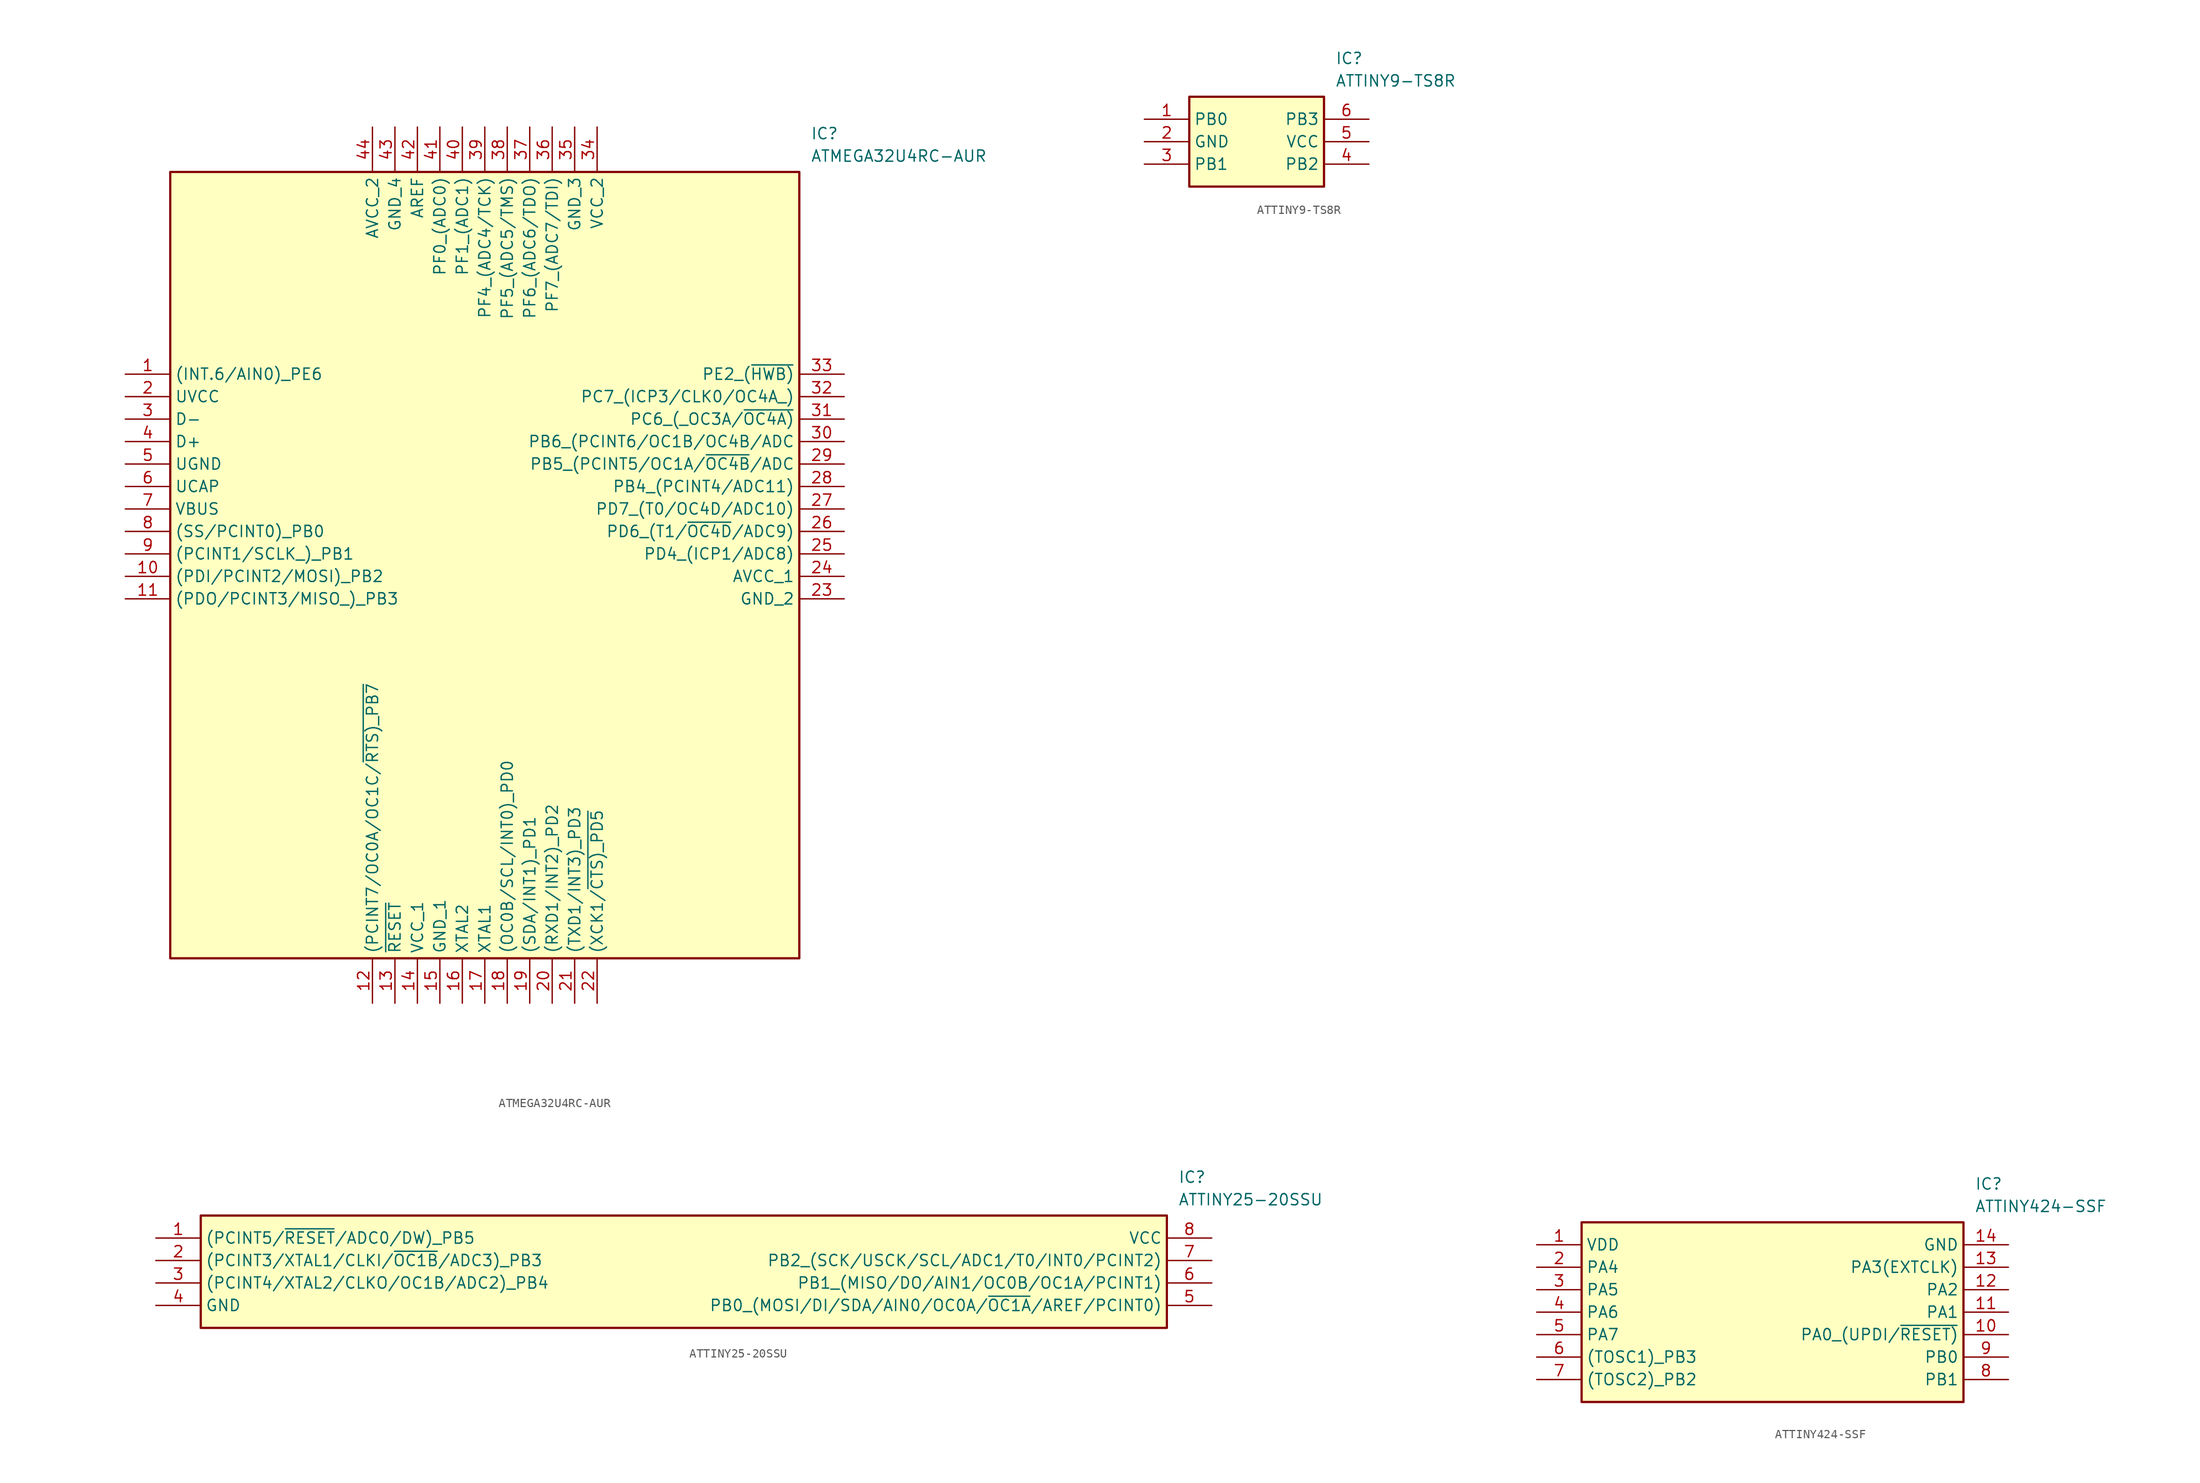
<source format=kicad_sym>
(kicad_symbol_lib
  (version 20231120)
  (generator "kicad_symbol_editor")
  (generator_version "8.0")
  (symbol "ATMEGA32U4RC-AUR"
    (property "Reference" "IC"
      (at 77.47 27.94 0)
      (effects (font (size 1.27 1.27)) (justify left top)))
    (property "Value" "ATMEGA32U4RC-AUR"
      (at 77.47 25.4 0)
      (effects (font (size 1.27 1.27)) (justify left top)))
    (symbol "ATMEGA32U4RC-AUR_1_1"
      (rectangle (start 5.08 22.86) (end 76.2 -66.04) (stroke (width 0.254) (type default)) (fill (type background)))
      (pin passive line (at 0 0 0) (length 5.08) (name "(INT.6/AIN0)_PE6" (effects (font (size 1.27 1.27)))) (number "1" (effects (font (size 1.27 1.27)))))
      (pin passive line (at 0 -22.86 0) (length 5.08) (name "(PDI/PCINT2/MOSI)_PB2" (effects (font (size 1.27 1.27)))) (number "10" (effects (font (size 1.27 1.27)))))
      (pin passive line (at 0 -25.4 0) (length 5.08) (name "(PDO/PCINT3/MISO_)_PB3" (effects (font (size 1.27 1.27)))) (number "11" (effects (font (size 1.27 1.27)))))
      (pin passive line (at 27.94 -71.12 90) (length 5.08) (name "(PCINT7/OC0A/OC1C/~{RTS)_PB7}" (effects (font (size 1.27 1.27)))) (number "12" (effects (font (size 1.27 1.27)))))
      (pin passive line (at 30.48 -71.12 90) (length 5.08) (name "~{RESET}" (effects (font (size 1.27 1.27)))) (number "13" (effects (font (size 1.27 1.27)))))
      (pin passive line (at 33.02 -71.12 90) (length 5.08) (name "VCC_1" (effects (font (size 1.27 1.27)))) (number "14" (effects (font (size 1.27 1.27)))))
      (pin passive line (at 35.56 -71.12 90) (length 5.08) (name "GND_1" (effects (font (size 1.27 1.27)))) (number "15" (effects (font (size 1.27 1.27)))))
      (pin passive line (at 38.1 -71.12 90) (length 5.08) (name "XTAL2" (effects (font (size 1.27 1.27)))) (number "16" (effects (font (size 1.27 1.27)))))
      (pin passive line (at 40.64 -71.12 90) (length 5.08) (name "XTAL1" (effects (font (size 1.27 1.27)))) (number "17" (effects (font (size 1.27 1.27)))))
      (pin passive line (at 43.18 -71.12 90) (length 5.08) (name "(OC0B/SCL/INT0)_PD0" (effects (font (size 1.27 1.27)))) (number "18" (effects (font (size 1.27 1.27)))))
      (pin passive line (at 45.72 -71.12 90) (length 5.08) (name "(SDA/INT1)_PD1" (effects (font (size 1.27 1.27)))) (number "19" (effects (font (size 1.27 1.27)))))
      (pin passive line (at 0 -2.54 0) (length 5.08) (name "UVCC" (effects (font (size 1.27 1.27)))) (number "2" (effects (font (size 1.27 1.27)))))
      (pin passive line (at 48.26 -71.12 90) (length 5.08) (name "(RXD1/INT2)_PD2" (effects (font (size 1.27 1.27)))) (number "20" (effects (font (size 1.27 1.27)))))
      (pin passive line (at 50.8 -71.12 90) (length 5.08) (name "(TXD1/INT3)_PD3" (effects (font (size 1.27 1.27)))) (number "21" (effects (font (size 1.27 1.27)))))
      (pin passive line (at 53.34 -71.12 90) (length 5.08) (name "(XCK1/~{CTS)_PD5}" (effects (font (size 1.27 1.27)))) (number "22" (effects (font (size 1.27 1.27)))))
      (pin passive line (at 81.28 -25.4 180) (length 5.08) (name "GND_2" (effects (font (size 1.27 1.27)))) (number "23" (effects (font (size 1.27 1.27)))))
      (pin passive line (at 81.28 -22.86 180) (length 5.08) (name "AVCC_1" (effects (font (size 1.27 1.27)))) (number "24" (effects (font (size 1.27 1.27)))))
      (pin passive line (at 81.28 -20.32 180) (length 5.08) (name "PD4_(ICP1/ADC8)" (effects (font (size 1.27 1.27)))) (number "25" (effects (font (size 1.27 1.27)))))
      (pin passive line (at 81.28 -17.78 180) (length 5.08) (name "PD6_(T1/~{OC4D}/ADC9)" (effects (font (size 1.27 1.27)))) (number "26" (effects (font (size 1.27 1.27)))))
      (pin passive line (at 81.28 -15.24 180) (length 5.08) (name "PD7_(T0/OC4D/ADC10)" (effects (font (size 1.27 1.27)))) (number "27" (effects (font (size 1.27 1.27)))))
      (pin passive line (at 81.28 -12.7 180) (length 5.08) (name "PB4_(PCINT4/ADC11)" (effects (font (size 1.27 1.27)))) (number "28" (effects (font (size 1.27 1.27)))))
      (pin passive line (at 81.28 -10.16 180) (length 5.08) (name "PB5_(PCINT5/OC1A/~{OC4B}/ADC" (effects (font (size 1.27 1.27)))) (number "29" (effects (font (size 1.27 1.27)))))
      (pin passive line (at 0 -5.08 0) (length 5.08) (name "D-" (effects (font (size 1.27 1.27)))) (number "3" (effects (font (size 1.27 1.27)))))
      (pin passive line (at 81.28 -7.62 180) (length 5.08) (name "PB6_(PCINT6/OC1B/OC4B/ADC" (effects (font (size 1.27 1.27)))) (number "30" (effects (font (size 1.27 1.27)))))
      (pin passive line (at 81.28 -5.08 180) (length 5.08) (name "PC6_(_OC3A/~{OC4A)}" (effects (font (size 1.27 1.27)))) (number "31" (effects (font (size 1.27 1.27)))))
      (pin passive line (at 81.28 -2.54 180) (length 5.08) (name "PC7_(ICP3/CLK0/OC4A_)" (effects (font (size 1.27 1.27)))) (number "32" (effects (font (size 1.27 1.27)))))
      (pin passive line (at 81.28 0 180) (length 5.08) (name "PE2_(~{HWB)}" (effects (font (size 1.27 1.27)))) (number "33" (effects (font (size 1.27 1.27)))))
      (pin passive line (at 53.34 27.94 270) (length 5.08) (name "VCC_2" (effects (font (size 1.27 1.27)))) (number "34" (effects (font (size 1.27 1.27)))))
      (pin passive line (at 50.8 27.94 270) (length 5.08) (name "GND_3" (effects (font (size 1.27 1.27)))) (number "35" (effects (font (size 1.27 1.27)))))
      (pin passive line (at 48.26 27.94 270) (length 5.08) (name "PF7_(ADC7/TDI)" (effects (font (size 1.27 1.27)))) (number "36" (effects (font (size 1.27 1.27)))))
      (pin passive line (at 45.72 27.94 270) (length 5.08) (name "PF6_(ADC6/TDO)" (effects (font (size 1.27 1.27)))) (number "37" (effects (font (size 1.27 1.27)))))
      (pin passive line (at 43.18 27.94 270) (length 5.08) (name "PF5_(ADC5/TMS)" (effects (font (size 1.27 1.27)))) (number "38" (effects (font (size 1.27 1.27)))))
      (pin passive line (at 40.64 27.94 270) (length 5.08) (name "PF4_(ADC4/TCK)" (effects (font (size 1.27 1.27)))) (number "39" (effects (font (size 1.27 1.27)))))
      (pin passive line (at 0 -7.62 0) (length 5.08) (name "D+" (effects (font (size 1.27 1.27)))) (number "4" (effects (font (size 1.27 1.27)))))
      (pin passive line (at 38.1 27.94 270) (length 5.08) (name "PF1_(ADC1)" (effects (font (size 1.27 1.27)))) (number "40" (effects (font (size 1.27 1.27)))))
      (pin passive line (at 35.56 27.94 270) (length 5.08) (name "PF0_(ADC0)" (effects (font (size 1.27 1.27)))) (number "41" (effects (font (size 1.27 1.27)))))
      (pin passive line (at 33.02 27.94 270) (length 5.08) (name "AREF" (effects (font (size 1.27 1.27)))) (number "42" (effects (font (size 1.27 1.27)))))
      (pin passive line (at 30.48 27.94 270) (length 5.08) (name "GND_4" (effects (font (size 1.27 1.27)))) (number "43" (effects (font (size 1.27 1.27)))))
      (pin passive line (at 27.94 27.94 270) (length 5.08) (name "AVCC_2" (effects (font (size 1.27 1.27)))) (number "44" (effects (font (size 1.27 1.27)))))
      (pin passive line (at 0 -10.16 0) (length 5.08) (name "UGND" (effects (font (size 1.27 1.27)))) (number "5" (effects (font (size 1.27 1.27)))))
      (pin passive line (at 0 -12.7 0) (length 5.08) (name "UCAP" (effects (font (size 1.27 1.27)))) (number "6" (effects (font (size 1.27 1.27)))))
      (pin passive line (at 0 -15.24 0) (length 5.08) (name "VBUS" (effects (font (size 1.27 1.27)))) (number "7" (effects (font (size 1.27 1.27)))))
      (pin passive line (at 0 -17.78 0) (length 5.08) (name "(SS/PCINT0)_PB0" (effects (font (size 1.27 1.27)))) (number "8" (effects (font (size 1.27 1.27)))))
      (pin passive line (at 0 -20.32 0) (length 5.08) (name "(PCINT1/SCLK_)_PB1" (effects (font (size 1.27 1.27)))) (number "9" (effects (font (size 1.27 1.27)))))))
  (symbol "ATTINY9-TS8R"
    (property "Reference" "IC"
      (at 21.59 7.62 0)
      (effects (font (size 1.27 1.27)) (justify left top)))
    (property "Value" "ATTINY9-TS8R"
      (at 21.59 5.08 0)
      (effects (font (size 1.27 1.27)) (justify left top)))
    (symbol "ATTINY9-TS8R_1_1"
      (rectangle (start 5.08 2.54) (end 20.32 -7.62) (stroke (width 0.254) (type default)) (fill (type background)))
      (pin bidirectional line (at 0 0 0) (length 5.08) (name "PB0" (effects (font (size 1.27 1.27)))) (number "1" (effects (font (size 1.27 1.27)))))
      (pin power_in line (at 0 -2.54 0) (length 5.08) (name "GND" (effects (font (size 1.27 1.27)))) (number "2" (effects (font (size 1.27 1.27)))))
      (pin bidirectional line (at 0 -5.08 0) (length 5.08) (name "PB1" (effects (font (size 1.27 1.27)))) (number "3" (effects (font (size 1.27 1.27)))))
      (pin bidirectional line (at 25.4 -5.08 180) (length 5.08) (name "PB2" (effects (font (size 1.27 1.27)))) (number "4" (effects (font (size 1.27 1.27)))))
      (pin power_in line (at 25.4 -2.54 180) (length 5.08) (name "VCC" (effects (font (size 1.27 1.27)))) (number "5" (effects (font (size 1.27 1.27)))))
      (pin bidirectional line (at 25.4 0 180) (length 5.08) (name "PB3" (effects (font (size 1.27 1.27)))) (number "6" (effects (font (size 1.27 1.27)))))))
  (symbol "ATTINY25-20SSU"
    (property "Reference" "IC"
      (at 115.57 7.62 0)
      (effects (font (size 1.27 1.27)) (justify left top)))
    (property "Value" "ATTINY25-20SSU"
      (at 115.57 5.08 0)
      (effects (font (size 1.27 1.27)) (justify left top)))
    (symbol "ATTINY25-20SSU_1_1"
      (rectangle (start 5.08 2.54) (end 114.3 -10.16) (stroke (width 0.254) (type default)) (fill (type background)))
      (pin passive line (at 0 0 0) (length 5.08) (name "(PCINT5/~{RESET}/ADC0/DW)_PB5" (effects (font (size 1.27 1.27)))) (number "1" (effects (font (size 1.27 1.27)))))
      (pin passive line (at 0 -2.54 0) (length 5.08) (name "(PCINT3/XTAL1/CLKI/~{OC1B}/ADC3)_PB3" (effects (font (size 1.27 1.27)))) (number "2" (effects (font (size 1.27 1.27)))))
      (pin passive line (at 0 -5.08 0) (length 5.08) (name "(PCINT4/XTAL2/CLKO/OC1B/ADC2)_PB4" (effects (font (size 1.27 1.27)))) (number "3" (effects (font (size 1.27 1.27)))))
      (pin passive line (at 0 -7.62 0) (length 5.08) (name "GND" (effects (font (size 1.27 1.27)))) (number "4" (effects (font (size 1.27 1.27)))))
      (pin passive line (at 119.38 -7.62 180) (length 5.08) (name "PB0_(MOSI/DI/SDA/AIN0/OC0A/~{OC1A}/AREF/PCINT0)" (effects (font (size 1.27 1.27)))) (number "5" (effects (font (size 1.27 1.27)))))
      (pin passive line (at 119.38 -5.08 180) (length 5.08) (name "PB1_(MISO/DO/AIN1/OC0B/OC1A/PCINT1)" (effects (font (size 1.27 1.27)))) (number "6" (effects (font (size 1.27 1.27)))))
      (pin passive line (at 119.38 -2.54 180) (length 5.08) (name "PB2_(SCK/USCK/SCL/ADC1/T0/INT0/PCINT2)" (effects (font (size 1.27 1.27)))) (number "7" (effects (font (size 1.27 1.27)))))
      (pin passive line (at 119.38 0 180) (length 5.08) (name "VCC" (effects (font (size 1.27 1.27)))) (number "8" (effects (font (size 1.27 1.27)))))))
  (symbol "ATTINY424-SSF"
    (property "Reference" "IC"
      (at 49.53 7.62 0)
      (effects (font (size 1.27 1.27)) (justify left top)))
    (property "Value" "ATTINY424-SSF"
      (at 49.53 5.08 0)
      (effects (font (size 1.27 1.27)) (justify left top)))
    (symbol "ATTINY424-SSF_1_1"
      (rectangle (start 5.08 2.54) (end 48.26 -17.78) (stroke (width 0.254) (type default)) (fill (type background)))
      (pin passive line (at 0 0 0) (length 5.08) (name "VDD" (effects (font (size 1.27 1.27)))) (number "1" (effects (font (size 1.27 1.27)))))
      (pin passive line (at 53.34 -10.16 180) (length 5.08) (name "PA0_(UPDI/~{RESET)}" (effects (font (size 1.27 1.27)))) (number "10" (effects (font (size 1.27 1.27)))))
      (pin passive line (at 53.34 -7.62 180) (length 5.08) (name "PA1" (effects (font (size 1.27 1.27)))) (number "11" (effects (font (size 1.27 1.27)))))
      (pin passive line (at 53.34 -5.08 180) (length 5.08) (name "PA2" (effects (font (size 1.27 1.27)))) (number "12" (effects (font (size 1.27 1.27)))))
      (pin passive line (at 53.34 -2.54 180) (length 5.08) (name "PA3(EXTCLK)" (effects (font (size 1.27 1.27)))) (number "13" (effects (font (size 1.27 1.27)))))
      (pin passive line (at 53.34 0 180) (length 5.08) (name "GND" (effects (font (size 1.27 1.27)))) (number "14" (effects (font (size 1.27 1.27)))))
      (pin passive line (at 0 -2.54 0) (length 5.08) (name "PA4" (effects (font (size 1.27 1.27)))) (number "2" (effects (font (size 1.27 1.27)))))
      (pin passive line (at 0 -5.08 0) (length 5.08) (name "PA5" (effects (font (size 1.27 1.27)))) (number "3" (effects (font (size 1.27 1.27)))))
      (pin passive line (at 0 -7.62 0) (length 5.08) (name "PA6" (effects (font (size 1.27 1.27)))) (number "4" (effects (font (size 1.27 1.27)))))
      (pin passive line (at 0 -10.16 0) (length 5.08) (name "PA7" (effects (font (size 1.27 1.27)))) (number "5" (effects (font (size 1.27 1.27)))))
      (pin passive line (at 0 -12.7 0) (length 5.08) (name "(TOSC1)_PB3" (effects (font (size 1.27 1.27)))) (number "6" (effects (font (size 1.27 1.27)))))
      (pin passive line (at 0 -15.24 0) (length 5.08) (name "(TOSC2)_PB2" (effects (font (size 1.27 1.27)))) (number "7" (effects (font (size 1.27 1.27)))))
      (pin passive line (at 53.34 -15.24 180) (length 5.08) (name "PB1" (effects (font (size 1.27 1.27)))) (number "8" (effects (font (size 1.27 1.27)))))
      (pin passive line (at 53.34 -12.7 180) (length 5.08) (name "PB0" (effects (font (size 1.27 1.27)))) (number "9" (effects (font (size 1.27 1.27))))))))
</source>
